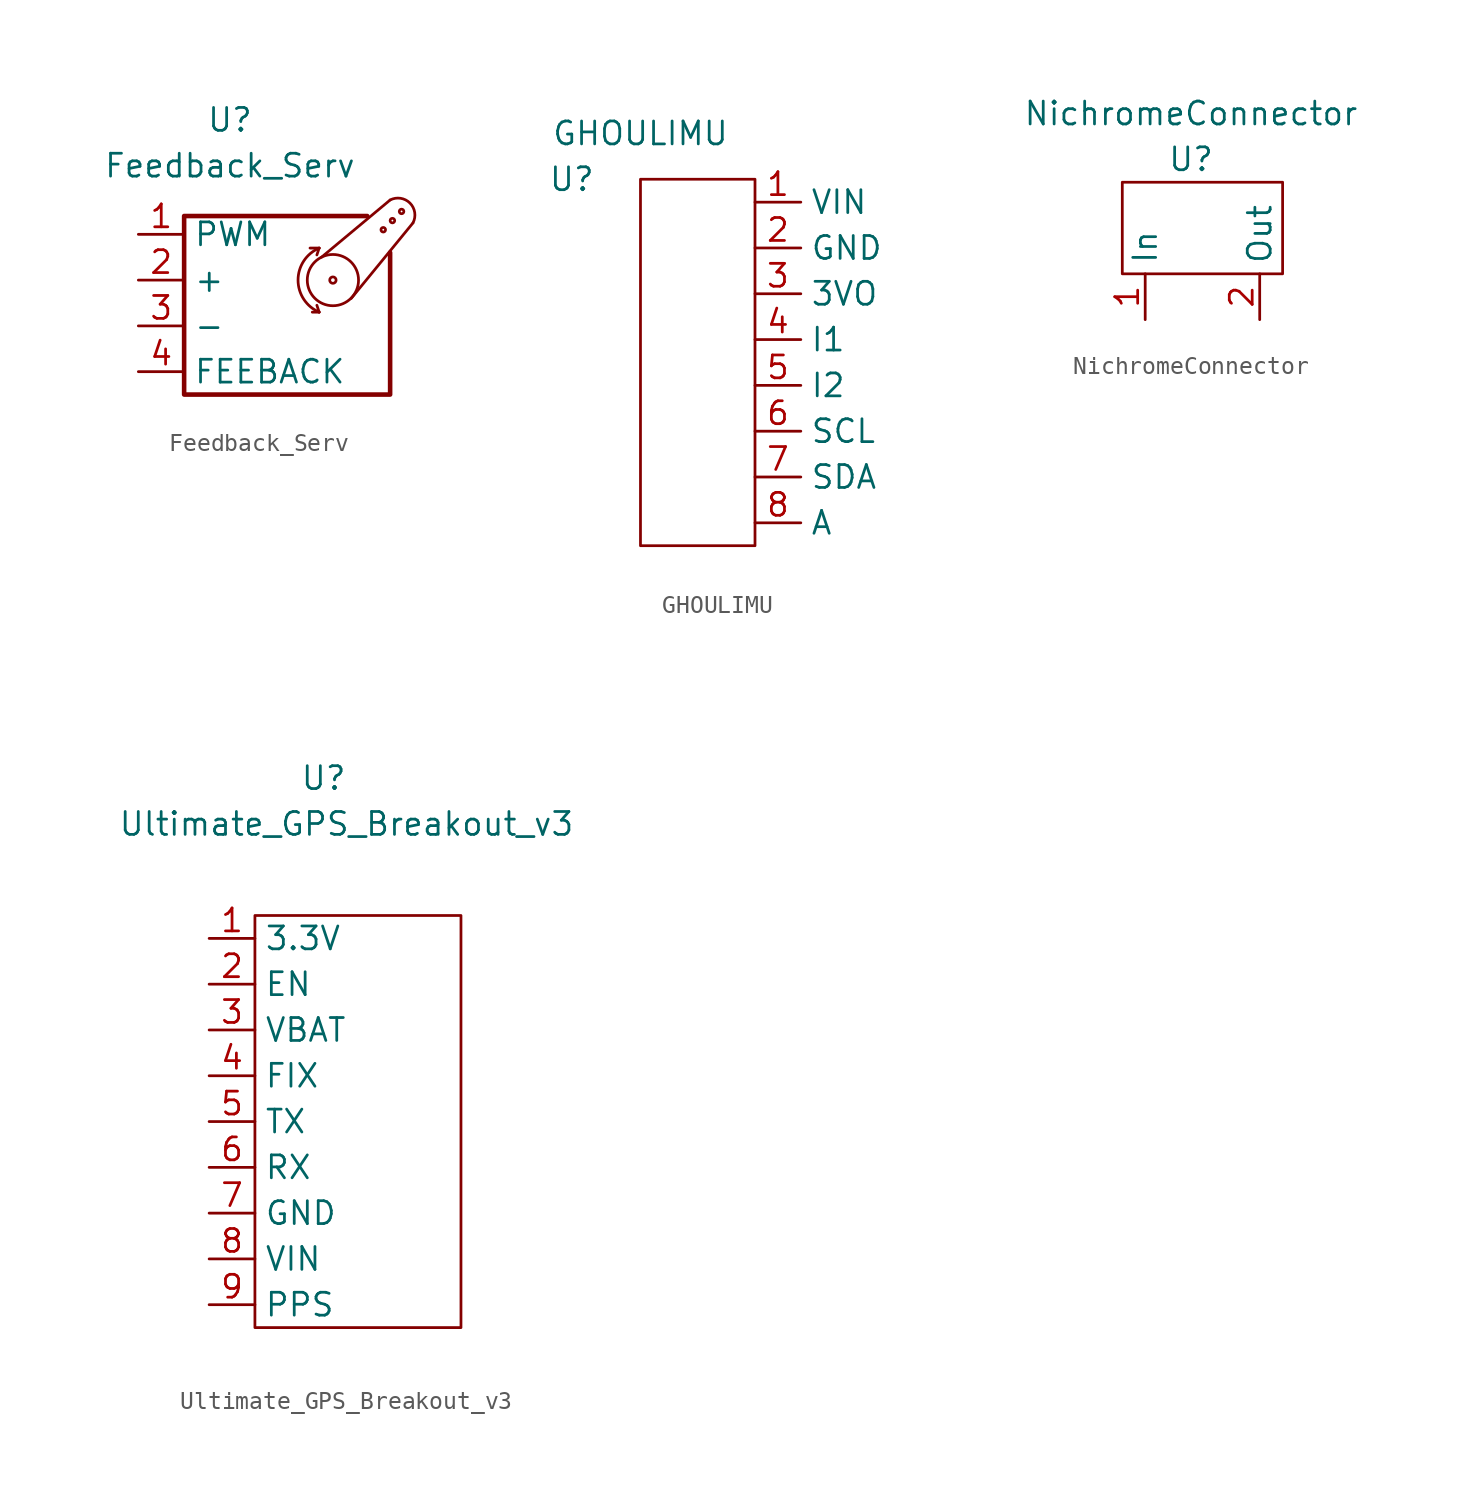
<source format=kicad_sym>
(kicad_symbol_lib
  (version 20211014)
  (generator kicad_symbol_editor)
  (symbol "Feedback_Serv"
    (property "Reference" "U"
      (at 0 6.35 0)
      (effects (font (size 1.27 1.27))))
    (property "Value" "Feedback_Serv"
      (at 0 3.81 0)
      (effects (font (size 1.27 1.27))))
    (symbol "Feedback_Serv_0_1"
      (polyline (pts (xy 4.953 -4.318) (xy 4.572 -4.318)) (stroke (width 0) (type default) (color 0 0 0 0)) (fill (type none)))
      (polyline (pts (xy 4.953 -4.318) (xy 4.826 -3.937)) (stroke (width 0) (type default) (color 0 0 0 0)) (fill (type none)))
      (polyline (pts (xy 4.953 -0.762) (xy 4.445 -0.762)) (stroke (width 0) (type default) (color 0 0 0 0)) (fill (type none)))
      (polyline (pts (xy 4.953 -0.762) (xy 4.826 -1.143)) (stroke (width 0) (type default) (color 0 0 0 0)) (fill (type none)))
      (polyline (pts (xy 8.89 1.905) (xy 5.08 -1.27)) (stroke (width 0) (type default) (color 0 0 0 0)) (fill (type none)))
      (polyline (pts (xy 10.16 0.635) (xy 6.731 -3.556)) (stroke (width 0) (type default) (color 0 0 0 0)) (fill (type none)))
      (polyline (pts (xy 7.62 1.016) (xy -2.54 1.016) (xy -2.54 -8.89) (xy 8.89 -8.89) (xy 8.89 -1.016)) (stroke (width 0.254) (type default) (color 0 0 0 0)) (fill (type none)))
      (arc (start 4.953 -0.762) (mid 3.7806 -2.54) (end 4.953 -4.318) (stroke (width 0) (type default) (color 0 0 0 0)) (fill (type none)))
      (circle (center 5.715 -2.54) (radius 0.178) (stroke (width 0) (type default) (color 0 0 0 0)) (fill (type none)))
      (circle (center 5.715 -2.54) (radius 1.422) (stroke (width 0) (type default) (color 0 0 0 0)) (fill (type none)))
      (circle (center 8.509 0.254) (radius 0.127) (stroke (width 0) (type default) (color 0 0 0 0)) (fill (type none)))
      (circle (center 9.017 0.762) (radius 0.127) (stroke (width 0) (type default) (color 0 0 0 0)) (fill (type none)))
      (circle (center 9.525 1.27) (radius 0.127) (stroke (width 0) (type default) (color 0 0 0 0)) (fill (type none)))
      (arc (start 10.16 0.635) (mid 9.9887 1.7337) (end 8.89 1.905) (stroke (width 0) (type default) (color 0 0 0 0)) (fill (type none))))
    (symbol "Feedback_Serv_1_1"
      (pin passive line (at -5.08 0 0) (length 2.54) (name "PWM" (effects (font (size 1.27 1.27)))) (number "1" (effects (font (size 1.27 1.27)))))
      (pin passive line (at -5.08 -2.54 0) (length 2.54) (name "+" (effects (font (size 1.27 1.27)))) (number "2" (effects (font (size 1.27 1.27)))))
      (pin passive line (at -5.08 -5.08 0) (length 2.54) (name "-" (effects (font (size 1.27 1.27)))) (number "3" (effects (font (size 1.27 1.27)))))
      (pin input line (at -5.08 -7.62 0) (length 2.54) (name "FEEBACK" (effects (font (size 1.27 1.27)))) (number "4" (effects (font (size 1.27 1.27)))))))
  (symbol "GHOULIMU"
    (property "Reference" "U"
      (at -5.08 0 0)
      (effects (font (size 1.27 1.27))))
    (property "Value" "GHOULIMU"
      (at -1.27 2.54 0)
      (effects (font (size 1.27 1.27))))
    (symbol "GHOULIMU_0_1"
      (rectangle (start -1.27 0) (end 5.08 -20.32) (stroke (width 0) (type default) (color 0 0 0 0)) (fill (type none))))
    (symbol "GHOULIMU_1_1"
      (pin input line (at 5.08 -1.27 0) (length 2.54) (name "VIN" (effects (font (size 1.27 1.27)))) (number "1" (effects (font (size 1.27 1.27)))))
      (pin input line (at 5.08 -3.81 0) (length 2.54) (name "GND" (effects (font (size 1.27 1.27)))) (number "2" (effects (font (size 1.27 1.27)))))
      (pin input line (at 5.08 -6.35 0) (length 2.54) (name "3VO" (effects (font (size 1.27 1.27)))) (number "3" (effects (font (size 1.27 1.27)))))
      (pin input line (at 5.08 -8.89 0) (length 2.54) (name "I1" (effects (font (size 1.27 1.27)))) (number "4" (effects (font (size 1.27 1.27)))))
      (pin input line (at 5.08 -11.43 0) (length 2.54) (name "I2" (effects (font (size 1.27 1.27)))) (number "5" (effects (font (size 1.27 1.27)))))
      (pin input line (at 5.08 -13.97 0) (length 2.54) (name "SCL" (effects (font (size 1.27 1.27)))) (number "6" (effects (font (size 1.27 1.27)))))
      (pin input line (at 5.08 -16.51 0) (length 2.54) (name "SDA" (effects (font (size 1.27 1.27)))) (number "7" (effects (font (size 1.27 1.27)))))
      (pin input line (at 5.08 -19.05 0) (length 2.54) (name "A" (effects (font (size 1.27 1.27)))) (number "8" (effects (font (size 1.27 1.27)))))))
  (symbol "NichromeConnector"
    (property "Reference" "U"
      (at 0 6.35 0)
      (effects (font (size 1.27 1.27))))
    (property "Value" "NichromeConnector"
      (at 0 8.89 0)
      (effects (font (size 1.27 1.27))))
    (symbol "NichromeConnector_0_1"
      (rectangle (start -3.81 5.08) (end 5.08 0) (stroke (width 0) (type default) (color 0 0 0 0)) (fill (type none))))
    (symbol "NichromeConnector_1_1"
      (pin input line (at -2.54 -2.54 90) (length 2.54) (name "In" (effects (font (size 1.27 1.27)))) (number "1" (effects (font (size 1.27 1.27)))))
      (pin input line (at 3.81 -2.54 90) (length 2.54) (name "Out" (effects (font (size 1.27 1.27)))) (number "2" (effects (font (size 1.27 1.27)))))))
  (symbol "Ultimate_GPS_Breakout_v3"
    (property "Reference" "U"
      (at 0 10.16 0)
      (effects (font (size 1.27 1.27))))
    (property "Value" "Ultimate_GPS_Breakout_v3"
      (at 1.27 7.62 0)
      (effects (font (size 1.27 1.27))))
    (symbol "Ultimate_GPS_Breakout_v3_0_1"
      (rectangle (start -3.81 2.54) (end 7.62 -20.32) (stroke (width 0) (type default) (color 0 0 0 0)) (fill (type none))))
    (symbol "Ultimate_GPS_Breakout_v3_1_1"
      (pin input line (at -6.35 1.27 0) (length 2.54) (name "3.3V" (effects (font (size 1.27 1.27)))) (number "1" (effects (font (size 1.27 1.27)))))
      (pin input line (at -6.35 -1.27 0) (length 2.54) (name "EN" (effects (font (size 1.27 1.27)))) (number "2" (effects (font (size 1.27 1.27)))))
      (pin input line (at -6.35 -3.81 0) (length 2.54) (name "VBAT" (effects (font (size 1.27 1.27)))) (number "3" (effects (font (size 1.27 1.27)))))
      (pin input line (at -6.35 -6.35 0) (length 2.54) (name "FIX" (effects (font (size 1.27 1.27)))) (number "4" (effects (font (size 1.27 1.27)))))
      (pin input line (at -6.35 -8.89 0) (length 2.54) (name "TX" (effects (font (size 1.27 1.27)))) (number "5" (effects (font (size 1.27 1.27)))))
      (pin input line (at -6.35 -11.43 0) (length 2.54) (name "RX" (effects (font (size 1.27 1.27)))) (number "6" (effects (font (size 1.27 1.27)))))
      (pin input line (at -6.35 -13.97 0) (length 2.54) (name "GND" (effects (font (size 1.27 1.27)))) (number "7" (effects (font (size 1.27 1.27)))))
      (pin input line (at -6.35 -16.51 0) (length 2.54) (name "VIN" (effects (font (size 1.27 1.27)))) (number "8" (effects (font (size 1.27 1.27)))))
      (pin input line (at -6.35 -19.05 0) (length 2.54) (name "PPS" (effects (font (size 1.27 1.27)))) (number "9" (effects (font (size 1.27 1.27))))))))
</source>
